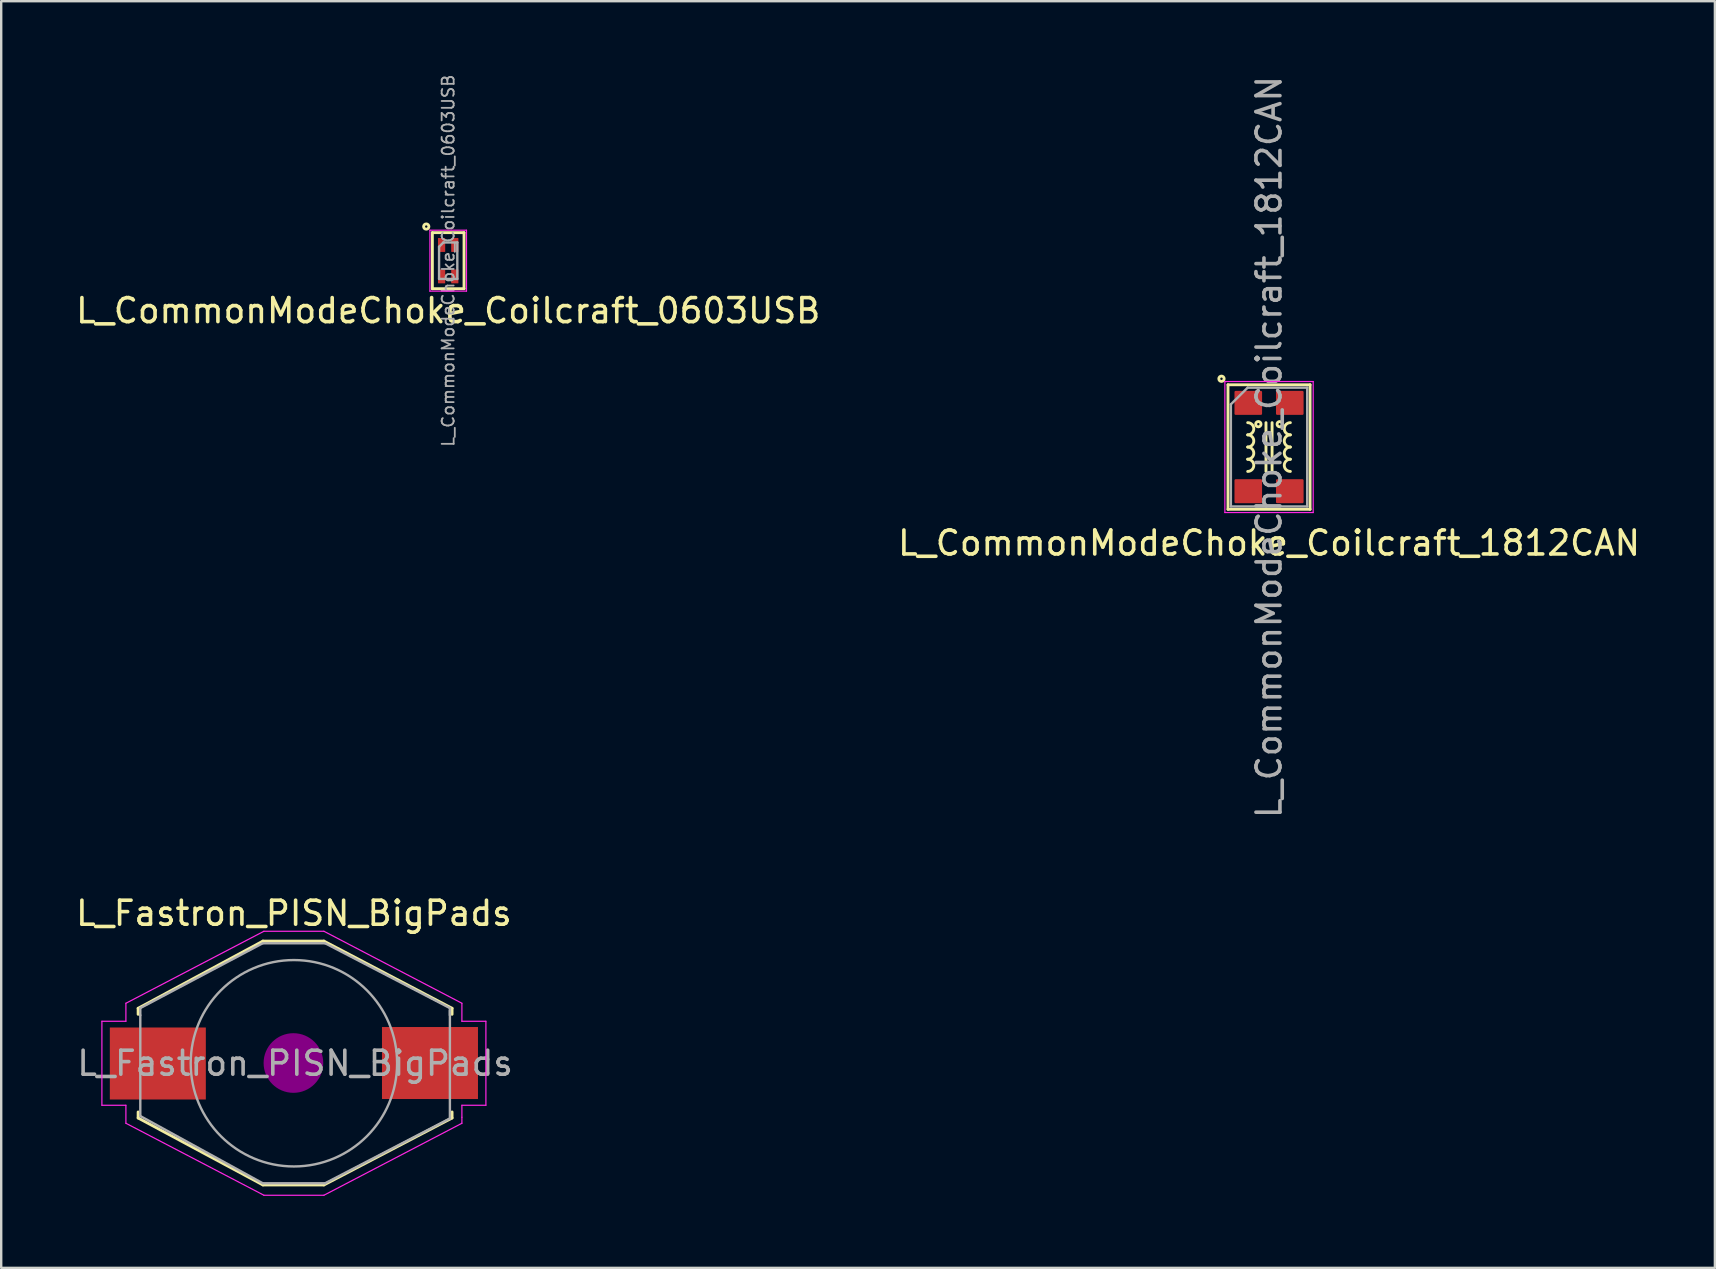
<source format=kicad_pcb>
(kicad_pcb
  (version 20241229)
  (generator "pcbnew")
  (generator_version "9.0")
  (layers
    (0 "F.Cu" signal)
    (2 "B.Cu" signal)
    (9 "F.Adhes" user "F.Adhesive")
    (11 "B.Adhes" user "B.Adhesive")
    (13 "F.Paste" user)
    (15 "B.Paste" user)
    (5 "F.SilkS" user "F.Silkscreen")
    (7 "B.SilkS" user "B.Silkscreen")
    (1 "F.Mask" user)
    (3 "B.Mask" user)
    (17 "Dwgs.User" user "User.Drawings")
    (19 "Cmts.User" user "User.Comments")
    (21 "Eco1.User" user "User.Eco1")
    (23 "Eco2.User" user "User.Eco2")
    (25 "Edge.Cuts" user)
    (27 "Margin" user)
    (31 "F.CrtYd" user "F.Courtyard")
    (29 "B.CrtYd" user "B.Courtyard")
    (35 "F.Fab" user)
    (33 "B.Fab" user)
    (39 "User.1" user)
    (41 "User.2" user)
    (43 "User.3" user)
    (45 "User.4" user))
  (footprint "L_CommonModeChoke_Coilcraft_1812CAN"
    (layer "F.Cu")
    (at 49.827 15.577)
    (property "Reference" "L_CommonModeChoke_Coilcraft_1812CAN" (at 0 4 0) (layer "F.SilkS") (effects (font (size 1 1) (thickness 0.15))))
    (attr smd)
    (fp_line (start -1.71 -2.595) (end -1.71 2.595) (stroke (width 0.12) (type solid)) (layer "F.SilkS"))
    (fp_line (start -1.71 -2.595) (end 1.71 -2.595) (stroke (width 0.12) (type solid)) (layer "F.SilkS"))
    (fp_line (start -1.71 2.595) (end 1.71 2.595) (stroke (width 0.12) (type solid)) (layer "F.SilkS"))
    (fp_line (start -0.127 -1.016) (end -0.127 1.016) (stroke (width 0.12) (type solid)) (layer "F.SilkS"))
    (fp_line (start 0.127 1.016) (end 0.127 -1.016) (stroke (width 0.12) (type solid)) (layer "F.SilkS"))
    (fp_line (start 1.71 -2.595) (end 1.71 2.595) (stroke (width 0.12) (type solid)) (layer "F.SilkS"))
    (fp_arc (start -0.889 -1.016) (mid -0.635 -0.762) (end -0.889 -0.508) (stroke (width 0.12) (type solid)) (layer "F.SilkS"))
    (fp_arc (start -0.889 -0.508) (mid -0.635 -0.254) (end -0.889 0) (stroke (width 0.12) (type solid)) (layer "F.SilkS"))
    (fp_arc (start -0.889 0) (mid -0.635 0.254) (end -0.889 0.508) (stroke (width 0.12) (type solid)) (layer "F.SilkS"))
    (fp_arc (start -0.889 0.508) (mid -0.635 0.762) (end -0.889 1.016) (stroke (width 0.12) (type solid)) (layer "F.SilkS"))
    (fp_arc (start 0.889 -0.508) (mid 0.635 -0.762) (end 0.889 -1.016) (stroke (width 0.12) (type solid)) (layer "F.SilkS"))
    (fp_arc (start 0.889 0) (mid 0.635 -0.254) (end 0.889 -0.508) (stroke (width 0.12) (type solid)) (layer "F.SilkS"))
    (fp_arc (start 0.889 0.508) (mid 0.635 0.254) (end 0.889 0) (stroke (width 0.12) (type solid)) (layer "F.SilkS"))
    (fp_arc (start 0.889 1.016) (mid 0.635 0.762) (end 0.889 0.508) (stroke (width 0.12) (type solid)) (layer "F.SilkS"))
    (fp_circle (center -1.981 -2.845) (end -1.93 -2.845) (stroke (width 0.12) (type solid)) (fill no) (layer "F.SilkS"))
    (fp_circle (center -0.445 -0.953) (end -0.394 -0.953) (stroke (width 0.12) (type solid)) (fill no) (layer "F.SilkS"))
    (fp_circle (center 0.445 -0.953) (end 0.495 -0.953) (stroke (width 0.12) (type solid)) (fill no) (layer "F.SilkS"))
    (fp_line (start -1.84 -2.73) (end 1.84 -2.73) (stroke (width 0.05) (type solid)) (layer "F.CrtYd"))
    (fp_line (start -1.84 2.73) (end -1.84 -2.73) (stroke (width 0.05) (type solid)) (layer "F.CrtYd"))
    (fp_line (start -1.84 2.73) (end 1.84 2.73) (stroke (width 0.05) (type solid)) (layer "F.CrtYd"))
    (fp_line (start 1.84 2.73) (end 1.84 -2.73) (stroke (width 0.05) (type solid)) (layer "F.CrtYd"))
    (fp_line (start -1.59 -1.78) (end -1.59 2.475) (stroke (width 0.1) (type solid)) (layer "F.Fab"))
    (fp_line (start -1.59 -1.78) (end -0.89 -2.475) (stroke (width 0.1) (type solid)) (layer "F.Fab"))
    (fp_line (start -1.59 2.475) (end 1.59 2.475) (stroke (width 0.1) (type solid)) (layer "F.Fab"))
    (fp_line (start -0.89 -2.475) (end 1.59 -2.475) (stroke (width 0.1) (type solid)) (layer "F.Fab"))
    (fp_line (start 1.59 -2.475) (end 1.59 2.475) (stroke (width 0.1) (type solid)) (layer "F.Fab"))
    (fp_text user "${REFERENCE}" (at 0 0 90) (layer "F.Fab") (effects (font (size 1 1) (thickness 0.15))))
    (pad "1" smd roundrect (at -0.865 -1.84) (size 1.15 1) (layers "F.Cu" "F.Mask" "F.Paste") (roundrect_rratio 0.05))
    (pad "2" smd roundrect (at -0.865 1.84) (size 1.15 1) (layers "F.Cu" "F.Mask" "F.Paste") (roundrect_rratio 0.05))
    (pad "3" smd roundrect (at 0.865 1.84) (size 1.15 1) (layers "F.Cu" "F.Mask" "F.Paste") (roundrect_rratio 0.05))
    (pad "4" smd roundrect (at 0.865 -1.84) (size 1.15 1) (layers "F.Cu" "F.Mask" "F.Paste") (roundrect_rratio 0.05)))
  (footprint "L_Fastron_PISN_BigPads"
    (layer "F.Cu")
    (at 9.196 41.253)
    (property "Reference" "L_Fastron_PISN_BigPads" (at 0 -6.25 0) (layer "F.SilkS") (effects (font (size 1 1) (thickness 0.15))))
    (attr smd)
    (fp_line (start -6.49 -2.29) (end -6.49 -2.04) (stroke (width 0.12) (type solid)) (layer "F.SilkS"))
    (fp_line (start -6.49 2.28) (end -6.49 2.03) (stroke (width 0.12) (type solid)) (layer "F.SilkS"))
    (fp_line (start -1.29 -5.09) (end -6.49 -2.29) (stroke (width 0.12) (type solid)) (layer "F.SilkS"))
    (fp_line (start -1.29 -5.09) (end 1.25 -5.09) (stroke (width 0.12) (type solid)) (layer "F.SilkS"))
    (fp_line (start -1.29 5.07) (end -6.49 2.28) (stroke (width 0.12) (type solid)) (layer "F.SilkS"))
    (fp_line (start -1.29 5.07) (end 1.25 5.07) (stroke (width 0.12) (type solid)) (layer "F.SilkS"))
    (fp_line (start 1.25 -5.09) (end 6.59 -2.29) (stroke (width 0.12) (type solid)) (layer "F.SilkS"))
    (fp_line (start 1.25 5.07) (end 6.59 2.28) (stroke (width 0.12) (type solid)) (layer "F.SilkS"))
    (fp_line (start 6.59 -2.29) (end 6.59 -2.04) (stroke (width 0.12) (type solid)) (layer "F.SilkS"))
    (fp_line (start 6.59 2.28) (end 6.59 2.03) (stroke (width 0.12) (type solid)) (layer "F.SilkS"))
    (fp_line (start -0.02 -0.26) (end -0.02 0.25) (stroke (width 0.38) (type solid)) (layer "F.Adhes"))
    (fp_circle (center -0.02 -0.01) (end -0.02 0.5) (stroke (width 0.38) (type solid)) (fill no) (layer "F.Adhes"))
    (fp_circle (center -0.02 -0.01) (end 0.24 -0.01) (stroke (width 0.38) (type solid)) (fill no) (layer "F.Adhes"))
    (fp_circle (center -0.02 -0.01) (end 0.24 0.76) (stroke (width 0.38) (type solid)) (fill no) (layer "F.Adhes"))
    (fp_circle (center -0.02 -0.01) (end 0.24 1.01) (stroke (width 0.38) (type solid)) (fill no) (layer "F.Adhes"))
    (fp_line (start -8 -1.75) (end -8 1.75) (stroke (width 0.05) (type solid)) (layer "F.CrtYd"))
    (fp_line (start -8 1.75) (end -7 1.75) (stroke (width 0.05) (type solid)) (layer "F.CrtYd"))
    (fp_line (start -7 -2.5) (end -7 -1.75) (stroke (width 0.05) (type solid)) (layer "F.CrtYd"))
    (fp_line (start -7 -2.5) (end -1.25 -5.5) (stroke (width 0.05) (type solid)) (layer "F.CrtYd"))
    (fp_line (start -7 -1.75) (end -8 -1.75) (stroke (width 0.05) (type solid)) (layer "F.CrtYd"))
    (fp_line (start -7 1.75) (end -7 2.5) (stroke (width 0.05) (type solid)) (layer "F.CrtYd"))
    (fp_line (start -1.25 -5.5) (end 1.25 -5.5) (stroke (width 0.05) (type solid)) (layer "F.CrtYd"))
    (fp_line (start -1.25 5.5) (end -7 2.5) (stroke (width 0.05) (type solid)) (layer "F.CrtYd"))
    (fp_line (start 1.25 -5.5) (end 7 -2.5) (stroke (width 0.05) (type solid)) (layer "F.CrtYd"))
    (fp_line (start 1.25 5.5) (end -1.25 5.5) (stroke (width 0.05) (type solid)) (layer "F.CrtYd"))
    (fp_line (start 7 -1.75) (end 7 -2.5) (stroke (width 0.05) (type solid)) (layer "F.CrtYd"))
    (fp_line (start 7 1.75) (end 8 1.75) (stroke (width 0.05) (type solid)) (layer "F.CrtYd"))
    (fp_line (start 7 2.25) (end 7 1.75) (stroke (width 0.05) (type solid)) (layer "F.CrtYd"))
    (fp_line (start 7 2.25) (end 7 2.5) (stroke (width 0.05) (type solid)) (layer "F.CrtYd"))
    (fp_line (start 7 2.5) (end 1.25 5.5) (stroke (width 0.05) (type solid)) (layer "F.CrtYd"))
    (fp_line (start 8 -1.75) (end 7 -1.75) (stroke (width 0.05) (type solid)) (layer "F.CrtYd"))
    (fp_line (start 8 1.75) (end 8 -1.75) (stroke (width 0.05) (type solid)) (layer "F.CrtYd"))
    (fp_line (start -6.4 -2.3) (end -1.3 -5) (stroke (width 0.1) (type solid)) (layer "F.Fab"))
    (fp_line (start -6.4 -2) (end -6.4 -2.3) (stroke (width 0.1) (type solid)) (layer "F.Fab"))
    (fp_line (start -6.4 -2) (end -6.4 2.2) (stroke (width 0.1) (type solid)) (layer "F.Fab"))
    (fp_line (start -6.4 2.2) (end -1.3 5) (stroke (width 0.1) (type solid)) (layer "F.Fab"))
    (fp_line (start -1.3 -5) (end 1.3 -5) (stroke (width 0.1) (type solid)) (layer "F.Fab"))
    (fp_line (start -1.3 5) (end 1.3 5) (stroke (width 0.1) (type solid)) (layer "F.Fab"))
    (fp_line (start 1.3 -5) (end 6.5 -2.3) (stroke (width 0.1) (type solid)) (layer "F.Fab"))
    (fp_line (start 1.3 5) (end 6.5 2.3) (stroke (width 0.1) (type solid)) (layer "F.Fab"))
    (fp_line (start 6.5 -2.3) (end 6.5 -2) (stroke (width 0.1) (type solid)) (layer "F.Fab"))
    (fp_line (start 6.5 2.3) (end 6.5 -2.2) (stroke (width 0.1) (type solid)) (layer "F.Fab"))
    (fp_circle (center 0 0) (end 0 -4.3) (stroke (width 0.1) (type solid)) (fill no) (layer "F.Fab"))
    (fp_text user "${REFERENCE}" (at 0.05 0 0) (layer "F.Fab") (effects (font (size 1 1) (thickness 0.15))))
    (pad "1" smd rect (at 5.67 -0.01) (size 4 3) (layers "F.Cu" "F.Mask" "F.Paste"))
    (pad "2" smd rect (at -5.67 0.01) (size 4 3) (layers "F.Cu" "F.Mask" "F.Paste")))
  (footprint "L_CommonModeChoke_Coilcraft_0603USB"
    (layer "F.Cu")
    (at 15.625 7.812)
    (property "Reference" "L_CommonModeChoke_Coilcraft_0603USB" (at 0 2.083 0) (layer "F.SilkS") (effects (font (size 1 1) (thickness 0.15))))
    (attr smd)
    (fp_line (start -0.66 -1.168) (end 0.66 -1.168) (stroke (width 0.12) (type solid)) (layer "F.SilkS"))
    (fp_line (start -0.66 1.168) (end -0.66 -1.168) (stroke (width 0.12) (type solid)) (layer "F.SilkS"))
    (fp_line (start 0.66 -1.168) (end 0.66 1.168) (stroke (width 0.12) (type solid)) (layer "F.SilkS"))
    (fp_line (start 0.66 1.168) (end -0.66 1.168) (stroke (width 0.12) (type solid)) (layer "F.SilkS"))
    (fp_circle (center -0.914 -1.422) (end -0.864 -1.422) (stroke (width 0.12) (type solid)) (fill no) (layer "F.SilkS"))
    (fp_line (start -0.762 -1.27) (end 0.762 -1.27) (stroke (width 0.05) (type solid)) (layer "F.CrtYd"))
    (fp_line (start -0.762 1.27) (end -0.762 -1.27) (stroke (width 0.05) (type solid)) (layer "F.CrtYd"))
    (fp_line (start -0.762 1.27) (end 0.762 1.27) (stroke (width 0.05) (type solid)) (layer "F.CrtYd"))
    (fp_line (start 0.762 1.27) (end 0.762 -1.27) (stroke (width 0.05) (type solid)) (layer "F.CrtYd"))
    (fp_line (start -0.38 -0.58) (end -0.38 0.76) (stroke (width 0.1) (type solid)) (layer "F.Fab"))
    (fp_line (start -0.38 -0.58) (end -0.2 -0.76) (stroke (width 0.1) (type solid)) (layer "F.Fab"))
    (fp_line (start -0.38 0.76) (end 0.38 0.76) (stroke (width 0.1) (type solid)) (layer "F.Fab"))
    (fp_line (start -0.2 -0.76) (end 0.38 -0.76) (stroke (width 0.1) (type solid)) (layer "F.Fab"))
    (fp_line (start 0.38 -0.76) (end 0.38 0.76) (stroke (width 0.1) (type solid)) (layer "F.Fab"))
    (fp_text user "${REFERENCE}" (at 0 0 90) (layer "F.Fab") (effects (font (size 0.5 0.5) (thickness 0.075))))
    (pad "1" smd roundrect (at -0.275 -0.655) (size 0.3 0.58) (layers "F.Cu" "F.Mask" "F.Paste") (roundrect_rratio 0.05))
    (pad "2" smd roundrect (at -0.275 0.655) (size 0.3 0.58) (layers "F.Cu" "F.Mask" "F.Paste") (roundrect_rratio 0.05))
    (pad "3" smd roundrect (at 0.275 0.655) (size 0.3 0.58) (layers "F.Cu" "F.Mask" "F.Paste") (roundrect_rratio 0.05))
    (pad "4" smd roundrect (at 0.275 -0.655) (size 0.3 0.58) (layers "F.Cu" "F.Mask" "F.Paste") (roundrect_rratio 0.05)))
  (gr_rect
    (start -3 -3)
    (end 68.405 49.778)
    (stroke (width 0.1) (type default))
    (fill no)
    (layer "Edge.Cuts")))
</source>
